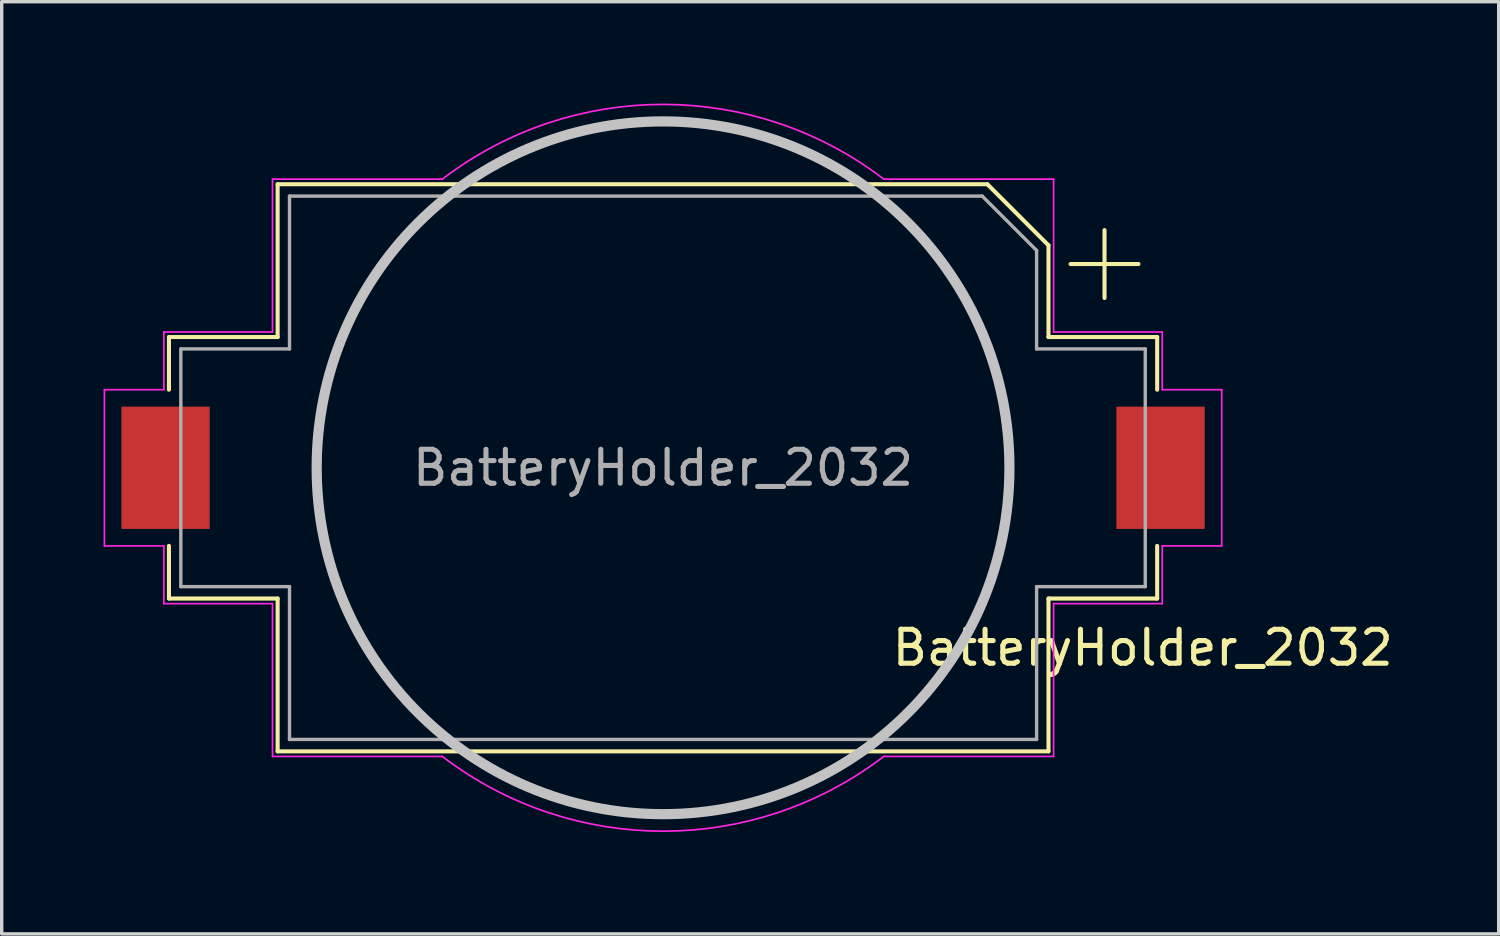
<source format=kicad_pcb>
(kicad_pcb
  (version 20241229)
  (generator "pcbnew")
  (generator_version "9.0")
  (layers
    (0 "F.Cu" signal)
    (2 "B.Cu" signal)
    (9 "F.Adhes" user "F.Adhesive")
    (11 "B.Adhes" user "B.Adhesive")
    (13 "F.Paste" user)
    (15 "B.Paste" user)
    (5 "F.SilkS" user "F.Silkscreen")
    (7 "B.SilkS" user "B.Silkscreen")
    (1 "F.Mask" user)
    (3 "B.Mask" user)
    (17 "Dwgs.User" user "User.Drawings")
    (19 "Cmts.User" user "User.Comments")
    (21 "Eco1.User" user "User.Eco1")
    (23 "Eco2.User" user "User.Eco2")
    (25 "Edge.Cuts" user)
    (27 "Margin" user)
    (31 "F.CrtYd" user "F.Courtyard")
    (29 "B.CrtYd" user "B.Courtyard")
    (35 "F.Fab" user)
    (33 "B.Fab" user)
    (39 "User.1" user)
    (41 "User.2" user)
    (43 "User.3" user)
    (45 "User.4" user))
  (footprint "BatteryHolder_2032"
    (layer "F.Cu")
    (at 16.475 11.741)
    (property "Reference" "BatteryHolder_2032" (at 14.125 4.284 180) (layer "F.SilkS") (effects (font (size 1 1) (thickness 0.15))))
    (attr smd)
    (fp_line (start -14.55 -4.866) (end -14.55 -3.316) (stroke (width 0.12) (type solid)) (layer "F.SilkS"))
    (fp_line (start -14.55 2.834) (end -14.55 1.284) (stroke (width 0.12) (type solid)) (layer "F.SilkS"))
    (fp_line (start -11.35 -9.366) (end -11.35 -4.866) (stroke (width 0.12) (type solid)) (layer "F.SilkS"))
    (fp_line (start -11.35 -9.366) (end 9.55 -9.366) (stroke (width 0.12) (type solid)) (layer "F.SilkS"))
    (fp_line (start -11.35 -4.866) (end -14.55 -4.866) (stroke (width 0.12) (type solid)) (layer "F.SilkS"))
    (fp_line (start -11.35 2.834) (end -14.55 2.834) (stroke (width 0.12) (type solid)) (layer "F.SilkS"))
    (fp_line (start -11.35 7.334) (end -11.35 2.834) (stroke (width 0.12) (type solid)) (layer "F.SilkS"))
    (fp_line (start 9.55 -9.366) (end 11.35 -7.566) (stroke (width 0.12) (type solid)) (layer "F.SilkS"))
    (fp_line (start 11.35 -7.566) (end 11.35 -4.866) (stroke (width 0.12) (type solid)) (layer "F.SilkS"))
    (fp_line (start 11.35 -4.866) (end 14.55 -4.866) (stroke (width 0.12) (type solid)) (layer "F.SilkS"))
    (fp_line (start 11.35 2.834) (end 14.55 2.834) (stroke (width 0.12) (type solid)) (layer "F.SilkS"))
    (fp_line (start 11.35 7.334) (end -11.35 7.334) (stroke (width 0.12) (type solid)) (layer "F.SilkS"))
    (fp_line (start 11.35 7.334) (end 11.35 2.834) (stroke (width 0.12) (type solid)) (layer "F.SilkS"))
    (fp_line (start 12 -7.016) (end 14 -7.016) (stroke (width 0.12) (type solid)) (layer "F.SilkS"))
    (fp_line (start 13 -6.016) (end 13 -8.016) (stroke (width 0.12) (type solid)) (layer "F.SilkS"))
    (fp_line (start 14.55 -4.866) (end 14.55 -3.316) (stroke (width 0.12) (type solid)) (layer "F.SilkS"))
    (fp_line (start 14.55 2.834) (end 14.55 1.284) (stroke (width 0.12) (type solid)) (layer "F.SilkS"))
    (fp_circle (center 0 -1.016) (end 10.2 -1.016) (stroke (width 0.3) (type solid)) (fill no) (layer "Dwgs.User"))
    (fp_line (start -16.45 -3.316) (end -14.7 -3.316) (stroke (width 0.05) (type solid)) (layer "F.CrtYd"))
    (fp_line (start -16.45 1.284) (end -16.45 -3.316) (stroke (width 0.05) (type solid)) (layer "F.CrtYd"))
    (fp_line (start -14.7 -5.016) (end -11.5 -5.016) (stroke (width 0.05) (type solid)) (layer "F.CrtYd"))
    (fp_line (start -14.7 -3.316) (end -14.7 -5.016) (stroke (width 0.05) (type solid)) (layer "F.CrtYd"))
    (fp_line (start -14.7 1.284) (end -16.45 1.284) (stroke (width 0.05) (type solid)) (layer "F.CrtYd"))
    (fp_line (start -14.7 2.984) (end -14.7 1.284) (stroke (width 0.05) (type solid)) (layer "F.CrtYd"))
    (fp_line (start -11.5 -9.516) (end -6.5 -9.516) (stroke (width 0.05) (type solid)) (layer "F.CrtYd"))
    (fp_line (start -11.5 -5.016) (end -11.5 -9.516) (stroke (width 0.05) (type solid)) (layer "F.CrtYd"))
    (fp_line (start -11.5 2.984) (end -14.7 2.984) (stroke (width 0.05) (type solid)) (layer "F.CrtYd"))
    (fp_line (start -11.5 7.484) (end -11.5 2.984) (stroke (width 0.05) (type solid)) (layer "F.CrtYd"))
    (fp_line (start -11.5 7.484) (end -6.5 7.484) (stroke (width 0.05) (type solid)) (layer "F.CrtYd"))
    (fp_line (start 6.5 -9.516) (end 11.5 -9.516) (stroke (width 0.05) (type solid)) (layer "F.CrtYd"))
    (fp_line (start 11.5 -5.016) (end 11.5 -9.516) (stroke (width 0.05) (type solid)) (layer "F.CrtYd"))
    (fp_line (start 11.5 2.984) (end 11.5 7.484) (stroke (width 0.05) (type solid)) (layer "F.CrtYd"))
    (fp_line (start 11.5 7.484) (end 6.5 7.484) (stroke (width 0.05) (type solid)) (layer "F.CrtYd"))
    (fp_line (start 14.7 -5.016) (end 11.5 -5.016) (stroke (width 0.05) (type solid)) (layer "F.CrtYd"))
    (fp_line (start 14.7 -5.016) (end 14.7 -3.316) (stroke (width 0.05) (type solid)) (layer "F.CrtYd"))
    (fp_line (start 14.7 -3.316) (end 16.45 -3.316) (stroke (width 0.05) (type solid)) (layer "F.CrtYd"))
    (fp_line (start 14.7 1.284) (end 14.7 2.984) (stroke (width 0.05) (type solid)) (layer "F.CrtYd"))
    (fp_line (start 14.7 1.284) (end 16.45 1.284) (stroke (width 0.05) (type solid)) (layer "F.CrtYd"))
    (fp_line (start 14.7 2.984) (end 11.5 2.984) (stroke (width 0.05) (type solid)) (layer "F.CrtYd"))
    (fp_line (start 16.45 -3.316) (end 16.45 1.284) (stroke (width 0.05) (type solid)) (layer "F.CrtYd"))
    (fp_arc (start -6.499999 -9.516) (mid 0 -11.716467) (end 6.5 -9.516) (stroke (width 0.05) (type solid)) (layer "F.CrtYd"))
    (fp_arc (start 6.499999 7.484) (mid 0 9.684467) (end -6.5 7.484) (stroke (width 0.05) (type solid)) (layer "F.CrtYd"))
    (fp_line (start -14.2 -4.516) (end -14.2 2.484) (stroke (width 0.1) (type solid)) (layer "F.Fab"))
    (fp_line (start -14.2 2.484) (end -11 2.484) (stroke (width 0.1) (type solid)) (layer "F.Fab"))
    (fp_line (start -11 -9.016) (end -11 -4.516) (stroke (width 0.1) (type solid)) (layer "F.Fab"))
    (fp_line (start -11 -9.016) (end 9.4 -9.016) (stroke (width 0.1) (type solid)) (layer "F.Fab"))
    (fp_line (start -11 -4.516) (end -14.2 -4.516) (stroke (width 0.1) (type solid)) (layer "F.Fab"))
    (fp_line (start -11 6.984) (end -11 2.484) (stroke (width 0.1) (type solid)) (layer "F.Fab"))
    (fp_line (start -11 6.984) (end 11 6.984) (stroke (width 0.1) (type solid)) (layer "F.Fab"))
    (fp_line (start 9.4 -9.016) (end 11 -7.416) (stroke (width 0.1) (type solid)) (layer "F.Fab"))
    (fp_line (start 11 -7.416) (end 11 -4.516) (stroke (width 0.1) (type solid)) (layer "F.Fab"))
    (fp_line (start 11 -4.516) (end 14.2 -4.516) (stroke (width 0.1) (type solid)) (layer "F.Fab"))
    (fp_line (start 11 6.984) (end 11 2.484) (stroke (width 0.1) (type solid)) (layer "F.Fab"))
    (fp_line (start 14.2 -4.516) (end 14.2 2.484) (stroke (width 0.1) (type solid)) (layer "F.Fab"))
    (fp_line (start 14.2 2.484) (end 11 2.484) (stroke (width 0.1) (type solid)) (layer "F.Fab"))
    (fp_text user "${REFERENCE}" (at 0 -1.016 180) (layer "F.Fab") (effects (font (size 1 1) (thickness 0.15))))
    (pad "1" smd rect (at 14.65 -1.016) (size 2.6 3.6) (layers "F.Cu" "F.Mask" "F.Paste"))
    (pad "2" smd rect (at -14.65 -1.016) (size 2.6 3.6) (layers "F.Cu" "F.Mask" "F.Paste")))
  (gr_rect
    (start -3 -3)
    (end 41.082 24.451)
    (stroke (width 0.1) (type default))
    (fill no)
    (layer "Edge.Cuts")))
</source>
